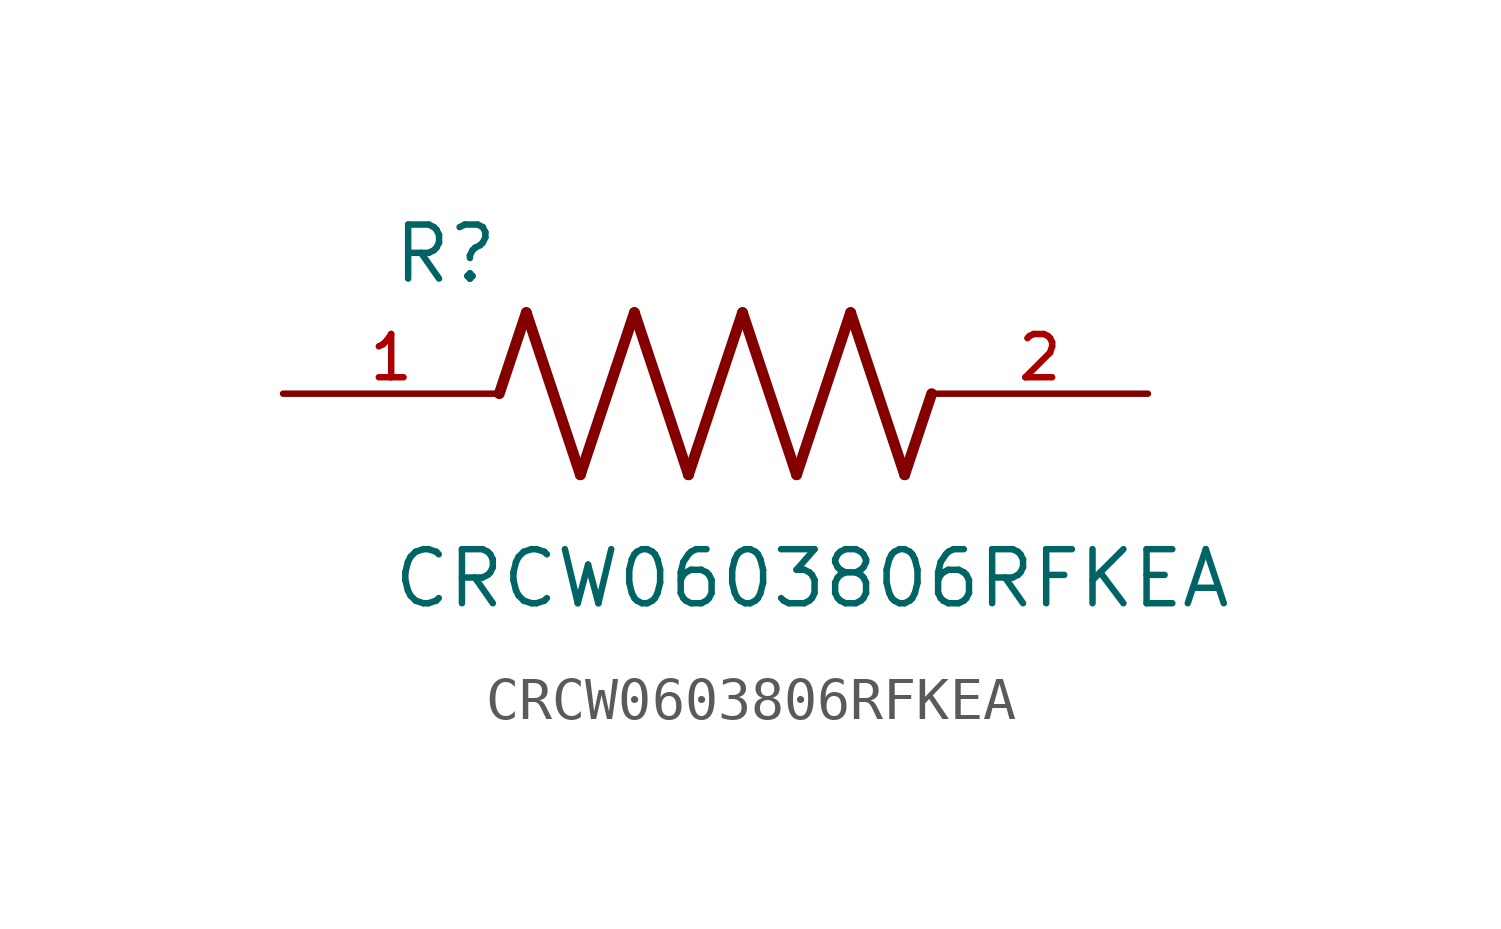
<source format=kicad_sym>
(kicad_symbol_lib
  (version 20211014)
  (generator kicad_symbol_editor)
  (symbol "CRCW0603806RFKEA"
    (pin_names
      (offset 1.016))
    (property "Reference" "R"
      (at -7.624 2.541 0)
      (effects (font (size 1.27 1.27)) (justify bottom left)))
    (property "Value" "CRCW0603806RFKEA"
      (at -7.63 -5.087 0)
      (effects (font (size 1.27 1.27)) (justify bottom left)))
    (symbol "CRCW0603806RFKEA_0_0"
      (polyline (pts (xy -5.08 0.0) (xy -4.445 1.905)) (stroke (width 0.254)))
      (polyline (pts (xy -4.445 1.905) (xy -3.175 -1.905)) (stroke (width 0.254)))
      (polyline (pts (xy -3.175 -1.905) (xy -1.905 1.905)) (stroke (width 0.254)))
      (polyline (pts (xy -1.905 1.905) (xy -0.635 -1.905)) (stroke (width 0.254)))
      (polyline (pts (xy -0.635 -1.905) (xy 0.635 1.905)) (stroke (width 0.254)))
      (polyline (pts (xy 0.635 1.905) (xy 1.905 -1.905)) (stroke (width 0.254)))
      (polyline (pts (xy 1.905 -1.905) (xy 3.175 1.905)) (stroke (width 0.254)))
      (polyline (pts (xy 3.175 1.905) (xy 4.445 -1.905)) (stroke (width 0.254)))
      (polyline (pts (xy 4.445 -1.905) (xy 5.08 0.0)) (stroke (width 0.254)))
      (pin passive line (at -10.16 0.0 0) (length 5.08) (name "~" (effects (font (size 1.016 1.016)))) (number "1" (effects (font (size 1.016 1.016)))))
      (pin passive line (at 10.16 0.0 180.0) (length 5.08) (name "~" (effects (font (size 1.016 1.016)))) (number "2" (effects (font (size 1.016 1.016))))))))
</source>
